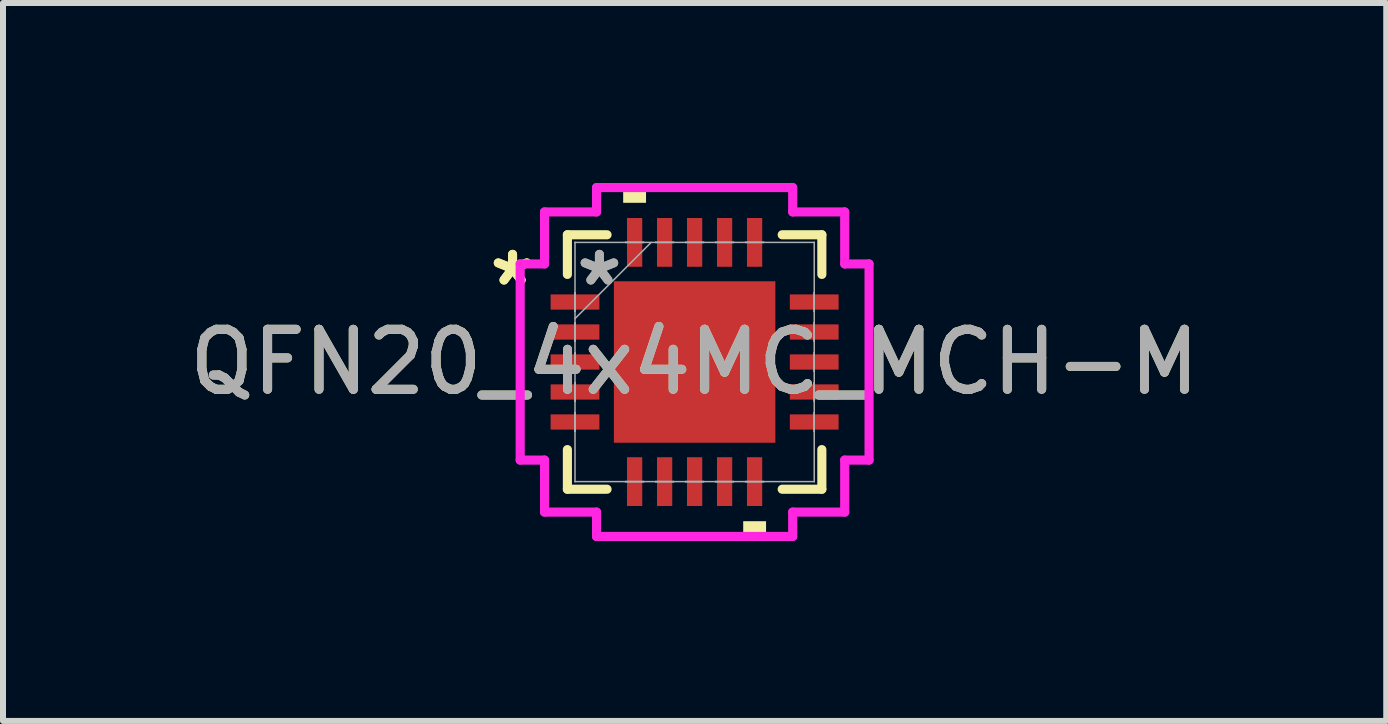
<source format=kicad_pcb>
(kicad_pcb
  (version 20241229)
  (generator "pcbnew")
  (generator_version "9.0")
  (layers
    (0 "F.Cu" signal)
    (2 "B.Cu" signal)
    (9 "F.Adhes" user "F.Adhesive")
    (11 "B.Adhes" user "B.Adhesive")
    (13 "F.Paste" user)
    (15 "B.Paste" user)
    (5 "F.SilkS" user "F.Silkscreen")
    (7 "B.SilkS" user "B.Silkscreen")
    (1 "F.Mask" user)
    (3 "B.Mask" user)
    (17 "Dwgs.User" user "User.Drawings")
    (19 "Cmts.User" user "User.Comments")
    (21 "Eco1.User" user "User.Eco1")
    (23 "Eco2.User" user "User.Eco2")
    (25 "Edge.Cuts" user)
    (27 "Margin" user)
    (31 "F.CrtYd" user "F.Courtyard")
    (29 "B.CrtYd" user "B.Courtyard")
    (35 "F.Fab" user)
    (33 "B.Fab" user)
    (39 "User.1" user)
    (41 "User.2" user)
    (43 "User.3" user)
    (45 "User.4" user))
  (footprint "QFN20_4x4MC_MCH-M"
    (layer "F.Cu")
    (at 8.53 2.985)
    (property "Reference" "QFN20_4x4MC_MCH-M" (at 0 0 0) (unlocked yes) (layer "F.SilkS") (effects (font (size 1 1) (thickness 0.15))))
    (attr smd)
    (fp_line (start -2.121 -2.121) (end -2.121 -1.46) (stroke (width 0.152) (type solid)) (layer "F.SilkS"))
    (fp_line (start -2.121 1.46) (end -2.121 2.121) (stroke (width 0.152) (type solid)) (layer "F.SilkS"))
    (fp_line (start -2.121 2.121) (end -1.46 2.121) (stroke (width 0.152) (type solid)) (layer "F.SilkS"))
    (fp_line (start -1.46 -2.121) (end -2.121 -2.121) (stroke (width 0.152) (type solid)) (layer "F.SilkS"))
    (fp_line (start 1.46 2.121) (end 2.121 2.121) (stroke (width 0.152) (type solid)) (layer "F.SilkS"))
    (fp_line (start 2.121 -2.121) (end 1.46 -2.121) (stroke (width 0.152) (type solid)) (layer "F.SilkS"))
    (fp_line (start 2.121 -1.46) (end 2.121 -2.121) (stroke (width 0.152) (type solid)) (layer "F.SilkS"))
    (fp_line (start 2.121 2.121) (end 2.121 1.46) (stroke (width 0.152) (type solid)) (layer "F.SilkS"))
    (fp_poly (pts (xy -1.191 -2.654) (xy -1.191 -2.908) (xy -0.81 -2.908) (xy -0.81 -2.654)) (stroke (width 0) (type solid)) (fill yes) (layer "F.SilkS"))
    (fp_poly (pts (xy 0.81 2.654) (xy 0.81 2.908) (xy 1.191 2.908) (xy 1.191 2.654)) (stroke (width 0) (type solid)) (fill yes) (layer "F.SilkS"))
    (fp_poly (pts (xy -1.246 -1.246) (xy -1.246 -0.1) (xy -0.1 -0.1) (xy -0.1 -1.246)) (stroke (width 0) (type solid)) (fill yes) (layer "F.Paste"))
    (fp_poly (pts (xy -1.246 0.1) (xy -1.246 1.246) (xy -0.1 1.246) (xy -0.1 0.1)) (stroke (width 0) (type solid)) (fill yes) (layer "F.Paste"))
    (fp_poly (pts (xy 0.1 -1.246) (xy 0.1 -0.1) (xy 1.246 -0.1) (xy 1.246 -1.246)) (stroke (width 0) (type solid)) (fill yes) (layer "F.Paste"))
    (fp_poly (pts (xy 0.1 0.1) (xy 0.1 1.246) (xy 1.246 1.246) (xy 1.246 0.1)) (stroke (width 0) (type solid)) (fill yes) (layer "F.Paste"))
    (fp_line (start -2.908 -1.635) (end -2.502 -1.635) (stroke (width 0.152) (type solid)) (layer "F.CrtYd"))
    (fp_line (start -2.908 1.635) (end -2.908 -1.635) (stroke (width 0.152) (type solid)) (layer "F.CrtYd"))
    (fp_line (start -2.502 -2.502) (end -1.635 -2.502) (stroke (width 0.152) (type solid)) (layer "F.CrtYd"))
    (fp_line (start -2.502 -1.635) (end -2.502 -2.502) (stroke (width 0.152) (type solid)) (layer "F.CrtYd"))
    (fp_line (start -2.502 1.635) (end -2.908 1.635) (stroke (width 0.152) (type solid)) (layer "F.CrtYd"))
    (fp_line (start -2.502 2.502) (end -2.502 1.635) (stroke (width 0.152) (type solid)) (layer "F.CrtYd"))
    (fp_line (start -1.635 -2.908) (end 1.635 -2.908) (stroke (width 0.152) (type solid)) (layer "F.CrtYd"))
    (fp_line (start -1.635 -2.502) (end -1.635 -2.908) (stroke (width 0.152) (type solid)) (layer "F.CrtYd"))
    (fp_line (start -1.635 2.502) (end -2.502 2.502) (stroke (width 0.152) (type solid)) (layer "F.CrtYd"))
    (fp_line (start -1.635 2.908) (end -1.635 2.502) (stroke (width 0.152) (type solid)) (layer "F.CrtYd"))
    (fp_line (start 1.635 -2.908) (end 1.635 -2.502) (stroke (width 0.152) (type solid)) (layer "F.CrtYd"))
    (fp_line (start 1.635 -2.502) (end 2.502 -2.502) (stroke (width 0.152) (type solid)) (layer "F.CrtYd"))
    (fp_line (start 1.635 2.502) (end 1.635 2.908) (stroke (width 0.152) (type solid)) (layer "F.CrtYd"))
    (fp_line (start 1.635 2.908) (end -1.635 2.908) (stroke (width 0.152) (type solid)) (layer "F.CrtYd"))
    (fp_line (start 2.502 -2.502) (end 2.502 -1.635) (stroke (width 0.152) (type solid)) (layer "F.CrtYd"))
    (fp_line (start 2.502 -1.635) (end 2.908 -1.635) (stroke (width 0.152) (type solid)) (layer "F.CrtYd"))
    (fp_line (start 2.502 1.635) (end 2.502 2.502) (stroke (width 0.152) (type solid)) (layer "F.CrtYd"))
    (fp_line (start 2.502 2.502) (end 1.635 2.502) (stroke (width 0.152) (type solid)) (layer "F.CrtYd"))
    (fp_line (start 2.908 -1.635) (end 2.908 1.635) (stroke (width 0.152) (type solid)) (layer "F.CrtYd"))
    (fp_line (start 2.908 1.635) (end 2.502 1.635) (stroke (width 0.152) (type solid)) (layer "F.CrtYd"))
    (fp_line (start -1.994 -1.994) (end -1.994 -1.994) (stroke (width 0.025) (type solid)) (layer "F.Fab"))
    (fp_line (start -1.994 -1.994) (end -1.994 1.994) (stroke (width 0.025) (type solid)) (layer "F.Fab"))
    (fp_line (start -1.994 -1.152) (end -1.994 -1.152) (stroke (width 0.025) (type solid)) (layer "F.Fab"))
    (fp_line (start -1.994 -1.152) (end -1.994 -0.848) (stroke (width 0.025) (type solid)) (layer "F.Fab"))
    (fp_line (start -1.994 -0.848) (end -1.994 -1.152) (stroke (width 0.025) (type solid)) (layer "F.Fab"))
    (fp_line (start -1.994 -0.848) (end -1.994 -0.848) (stroke (width 0.025) (type solid)) (layer "F.Fab"))
    (fp_line (start -1.994 -0.724) (end -0.724 -1.994) (stroke (width 0.025) (type solid)) (layer "F.Fab"))
    (fp_line (start -1.994 -0.652) (end -1.994 -0.652) (stroke (width 0.025) (type solid)) (layer "F.Fab"))
    (fp_line (start -1.994 -0.652) (end -1.994 -0.348) (stroke (width 0.025) (type solid)) (layer "F.Fab"))
    (fp_line (start -1.994 -0.348) (end -1.994 -0.652) (stroke (width 0.025) (type solid)) (layer "F.Fab"))
    (fp_line (start -1.994 -0.348) (end -1.994 -0.348) (stroke (width 0.025) (type solid)) (layer "F.Fab"))
    (fp_line (start -1.994 -0.152) (end -1.994 -0.152) (stroke (width 0.025) (type solid)) (layer "F.Fab"))
    (fp_line (start -1.994 -0.152) (end -1.994 0.152) (stroke (width 0.025) (type solid)) (layer "F.Fab"))
    (fp_line (start -1.994 0.152) (end -1.994 -0.152) (stroke (width 0.025) (type solid)) (layer "F.Fab"))
    (fp_line (start -1.994 0.152) (end -1.994 0.152) (stroke (width 0.025) (type solid)) (layer "F.Fab"))
    (fp_line (start -1.994 0.348) (end -1.994 0.348) (stroke (width 0.025) (type solid)) (layer "F.Fab"))
    (fp_line (start -1.994 0.348) (end -1.994 0.652) (stroke (width 0.025) (type solid)) (layer "F.Fab"))
    (fp_line (start -1.994 0.652) (end -1.994 0.348) (stroke (width 0.025) (type solid)) (layer "F.Fab"))
    (fp_line (start -1.994 0.652) (end -1.994 0.652) (stroke (width 0.025) (type solid)) (layer "F.Fab"))
    (fp_line (start -1.994 0.848) (end -1.994 0.848) (stroke (width 0.025) (type solid)) (layer "F.Fab"))
    (fp_line (start -1.994 0.848) (end -1.994 1.152) (stroke (width 0.025) (type solid)) (layer "F.Fab"))
    (fp_line (start -1.994 1.152) (end -1.994 0.848) (stroke (width 0.025) (type solid)) (layer "F.Fab"))
    (fp_line (start -1.994 1.152) (end -1.994 1.152) (stroke (width 0.025) (type solid)) (layer "F.Fab"))
    (fp_line (start -1.994 1.994) (end -1.994 1.994) (stroke (width 0.025) (type solid)) (layer "F.Fab"))
    (fp_line (start -1.994 1.994) (end 1.994 1.994) (stroke (width 0.025) (type solid)) (layer "F.Fab"))
    (fp_line (start -1.152 -1.994) (end -1.152 -1.994) (stroke (width 0.025) (type solid)) (layer "F.Fab"))
    (fp_line (start -1.152 -1.994) (end -0.848 -1.994) (stroke (width 0.025) (type solid)) (layer "F.Fab"))
    (fp_line (start -1.152 1.994) (end -1.152 1.994) (stroke (width 0.025) (type solid)) (layer "F.Fab"))
    (fp_line (start -1.152 1.994) (end -0.848 1.994) (stroke (width 0.025) (type solid)) (layer "F.Fab"))
    (fp_line (start -0.848 -1.994) (end -1.152 -1.994) (stroke (width 0.025) (type solid)) (layer "F.Fab"))
    (fp_line (start -0.848 -1.994) (end -0.848 -1.994) (stroke (width 0.025) (type solid)) (layer "F.Fab"))
    (fp_line (start -0.848 1.994) (end -1.152 1.994) (stroke (width 0.025) (type solid)) (layer "F.Fab"))
    (fp_line (start -0.848 1.994) (end -0.848 1.994) (stroke (width 0.025) (type solid)) (layer "F.Fab"))
    (fp_line (start -0.652 -1.994) (end -0.652 -1.994) (stroke (width 0.025) (type solid)) (layer "F.Fab"))
    (fp_line (start -0.652 -1.994) (end -0.348 -1.994) (stroke (width 0.025) (type solid)) (layer "F.Fab"))
    (fp_line (start -0.652 1.994) (end -0.652 1.994) (stroke (width 0.025) (type solid)) (layer "F.Fab"))
    (fp_line (start -0.652 1.994) (end -0.348 1.994) (stroke (width 0.025) (type solid)) (layer "F.Fab"))
    (fp_line (start -0.348 -1.994) (end -0.652 -1.994) (stroke (width 0.025) (type solid)) (layer "F.Fab"))
    (fp_line (start -0.348 -1.994) (end -0.348 -1.994) (stroke (width 0.025) (type solid)) (layer "F.Fab"))
    (fp_line (start -0.348 1.994) (end -0.652 1.994) (stroke (width 0.025) (type solid)) (layer "F.Fab"))
    (fp_line (start -0.348 1.994) (end -0.348 1.994) (stroke (width 0.025) (type solid)) (layer "F.Fab"))
    (fp_line (start -0.152 -1.994) (end -0.152 -1.994) (stroke (width 0.025) (type solid)) (layer "F.Fab"))
    (fp_line (start -0.152 -1.994) (end 0.152 -1.994) (stroke (width 0.025) (type solid)) (layer "F.Fab"))
    (fp_line (start -0.152 1.994) (end -0.152 1.994) (stroke (width 0.025) (type solid)) (layer "F.Fab"))
    (fp_line (start -0.152 1.994) (end 0.152 1.994) (stroke (width 0.025) (type solid)) (layer "F.Fab"))
    (fp_line (start 0.152 -1.994) (end -0.152 -1.994) (stroke (width 0.025) (type solid)) (layer "F.Fab"))
    (fp_line (start 0.152 -1.994) (end 0.152 -1.994) (stroke (width 0.025) (type solid)) (layer "F.Fab"))
    (fp_line (start 0.152 1.994) (end -0.152 1.994) (stroke (width 0.025) (type solid)) (layer "F.Fab"))
    (fp_line (start 0.152 1.994) (end 0.152 1.994) (stroke (width 0.025) (type solid)) (layer "F.Fab"))
    (fp_line (start 0.348 -1.994) (end 0.348 -1.994) (stroke (width 0.025) (type solid)) (layer "F.Fab"))
    (fp_line (start 0.348 -1.994) (end 0.652 -1.994) (stroke (width 0.025) (type solid)) (layer "F.Fab"))
    (fp_line (start 0.348 1.994) (end 0.348 1.994) (stroke (width 0.025) (type solid)) (layer "F.Fab"))
    (fp_line (start 0.348 1.994) (end 0.652 1.994) (stroke (width 0.025) (type solid)) (layer "F.Fab"))
    (fp_line (start 0.652 -1.994) (end 0.348 -1.994) (stroke (width 0.025) (type solid)) (layer "F.Fab"))
    (fp_line (start 0.652 -1.994) (end 0.652 -1.994) (stroke (width 0.025) (type solid)) (layer "F.Fab"))
    (fp_line (start 0.652 1.994) (end 0.348 1.994) (stroke (width 0.025) (type solid)) (layer "F.Fab"))
    (fp_line (start 0.652 1.994) (end 0.652 1.994) (stroke (width 0.025) (type solid)) (layer "F.Fab"))
    (fp_line (start 0.848 -1.994) (end 0.848 -1.994) (stroke (width 0.025) (type solid)) (layer "F.Fab"))
    (fp_line (start 0.848 -1.994) (end 1.152 -1.994) (stroke (width 0.025) (type solid)) (layer "F.Fab"))
    (fp_line (start 0.848 1.994) (end 0.848 1.994) (stroke (width 0.025) (type solid)) (layer "F.Fab"))
    (fp_line (start 0.848 1.994) (end 1.152 1.994) (stroke (width 0.025) (type solid)) (layer "F.Fab"))
    (fp_line (start 1.152 -1.994) (end 0.848 -1.994) (stroke (width 0.025) (type solid)) (layer "F.Fab"))
    (fp_line (start 1.152 -1.994) (end 1.152 -1.994) (stroke (width 0.025) (type solid)) (layer "F.Fab"))
    (fp_line (start 1.152 1.994) (end 0.848 1.994) (stroke (width 0.025) (type solid)) (layer "F.Fab"))
    (fp_line (start 1.152 1.994) (end 1.152 1.994) (stroke (width 0.025) (type solid)) (layer "F.Fab"))
    (fp_line (start 1.994 -1.994) (end -1.994 -1.994) (stroke (width 0.025) (type solid)) (layer "F.Fab"))
    (fp_line (start 1.994 -1.994) (end 1.994 -1.994) (stroke (width 0.025) (type solid)) (layer "F.Fab"))
    (fp_line (start 1.994 -1.152) (end 1.994 -1.152) (stroke (width 0.025) (type solid)) (layer "F.Fab"))
    (fp_line (start 1.994 -1.152) (end 1.994 -0.848) (stroke (width 0.025) (type solid)) (layer "F.Fab"))
    (fp_line (start 1.994 -0.848) (end 1.994 -1.152) (stroke (width 0.025) (type solid)) (layer "F.Fab"))
    (fp_line (start 1.994 -0.848) (end 1.994 -0.848) (stroke (width 0.025) (type solid)) (layer "F.Fab"))
    (fp_line (start 1.994 -0.652) (end 1.994 -0.652) (stroke (width 0.025) (type solid)) (layer "F.Fab"))
    (fp_line (start 1.994 -0.652) (end 1.994 -0.348) (stroke (width 0.025) (type solid)) (layer "F.Fab"))
    (fp_line (start 1.994 -0.348) (end 1.994 -0.652) (stroke (width 0.025) (type solid)) (layer "F.Fab"))
    (fp_line (start 1.994 -0.348) (end 1.994 -0.348) (stroke (width 0.025) (type solid)) (layer "F.Fab"))
    (fp_line (start 1.994 -0.152) (end 1.994 -0.152) (stroke (width 0.025) (type solid)) (layer "F.Fab"))
    (fp_line (start 1.994 -0.152) (end 1.994 0.152) (stroke (width 0.025) (type solid)) (layer "F.Fab"))
    (fp_line (start 1.994 0.152) (end 1.994 -0.152) (stroke (width 0.025) (type solid)) (layer "F.Fab"))
    (fp_line (start 1.994 0.152) (end 1.994 0.152) (stroke (width 0.025) (type solid)) (layer "F.Fab"))
    (fp_line (start 1.994 0.348) (end 1.994 0.348) (stroke (width 0.025) (type solid)) (layer "F.Fab"))
    (fp_line (start 1.994 0.348) (end 1.994 0.652) (stroke (width 0.025) (type solid)) (layer "F.Fab"))
    (fp_line (start 1.994 0.652) (end 1.994 0.348) (stroke (width 0.025) (type solid)) (layer "F.Fab"))
    (fp_line (start 1.994 0.652) (end 1.994 0.652) (stroke (width 0.025) (type solid)) (layer "F.Fab"))
    (fp_line (start 1.994 0.848) (end 1.994 0.848) (stroke (width 0.025) (type solid)) (layer "F.Fab"))
    (fp_line (start 1.994 0.848) (end 1.994 1.152) (stroke (width 0.025) (type solid)) (layer "F.Fab"))
    (fp_line (start 1.994 1.152) (end 1.994 0.848) (stroke (width 0.025) (type solid)) (layer "F.Fab"))
    (fp_line (start 1.994 1.152) (end 1.994 1.152) (stroke (width 0.025) (type solid)) (layer "F.Fab"))
    (fp_line (start 1.994 1.994) (end 1.994 -1.994) (stroke (width 0.025) (type solid)) (layer "F.Fab"))
    (fp_line (start 1.994 1.994) (end 1.994 1.994) (stroke (width 0.025) (type solid)) (layer "F.Fab"))
    (fp_text user "*" (at -3.035 -1.25 0) (layer "F.SilkS") (effects (font (size 1 1) (thickness 0.15))))
    (fp_text user "*" (at -3.035 -1.25 0) (unlocked yes) (layer "F.SilkS") (effects (font (size 1 1) (thickness 0.15))))
    (fp_text user "*" (at -1.587 -1.25 0) (layer "F.Fab") (effects (font (size 1 1) (thickness 0.15))))
    (fp_text user "${REFERENCE}" (at 0 0 0) (unlocked yes) (layer "F.Fab") (effects (font (size 1 1) (thickness 0.15))))
    (fp_text user "*" (at -1.587 -1.25 0) (unlocked yes) (layer "F.Fab") (effects (font (size 1 1) (thickness 0.15))))
    (pad "1" smd rect (at -1.994 -1 90) (size 0.254 0.813) (layers "F.Cu" "F.Mask" "F.Paste"))
    (pad "2" smd rect (at -1.994 -0.5 90) (size 0.254 0.813) (layers "F.Cu" "F.Mask" "F.Paste"))
    (pad "3" smd rect (at -1.994 0 90) (size 0.254 0.813) (layers "F.Cu" "F.Mask" "F.Paste"))
    (pad "4" smd rect (at -1.994 0.5 90) (size 0.254 0.813) (layers "F.Cu" "F.Mask" "F.Paste"))
    (pad "5" smd rect (at -1.994 1 90) (size 0.254 0.813) (layers "F.Cu" "F.Mask" "F.Paste"))
    (pad "6" smd rect (at -1 1.994) (size 0.254 0.813) (layers "F.Cu" "F.Mask" "F.Paste"))
    (pad "7" smd rect (at -0.5 1.994) (size 0.254 0.813) (layers "F.Cu" "F.Mask" "F.Paste"))
    (pad "8" smd rect (at 0 1.994) (size 0.254 0.813) (layers "F.Cu" "F.Mask" "F.Paste"))
    (pad "9" smd rect (at 0.5 1.994) (size 0.254 0.813) (layers "F.Cu" "F.Mask" "F.Paste"))
    (pad "10" smd rect (at 1 1.994) (size 0.254 0.813) (layers "F.Cu" "F.Mask" "F.Paste"))
    (pad "11" smd rect (at 1.994 1 90) (size 0.254 0.813) (layers "F.Cu" "F.Mask" "F.Paste"))
    (pad "12" smd rect (at 1.994 0.5 90) (size 0.254 0.813) (layers "F.Cu" "F.Mask" "F.Paste"))
    (pad "13" smd rect (at 1.994 0 90) (size 0.254 0.813) (layers "F.Cu" "F.Mask" "F.Paste"))
    (pad "14" smd rect (at 1.994 -0.5 90) (size 0.254 0.813) (layers "F.Cu" "F.Mask" "F.Paste"))
    (pad "15" smd rect (at 1.994 -1 90) (size 0.254 0.813) (layers "F.Cu" "F.Mask" "F.Paste"))
    (pad "16" smd rect (at 1 -1.994) (size 0.254 0.813) (layers "F.Cu" "F.Mask" "F.Paste"))
    (pad "17" smd rect (at 0.5 -1.994) (size 0.254 0.813) (layers "F.Cu" "F.Mask" "F.Paste"))
    (pad "18" smd rect (at 0 -1.994) (size 0.254 0.813) (layers "F.Cu" "F.Mask" "F.Paste"))
    (pad "19" smd rect (at -0.5 -1.994) (size 0.254 0.813) (layers "F.Cu" "F.Mask" "F.Paste"))
    (pad "20" smd rect (at -1 -1.994) (size 0.254 0.813) (layers "F.Cu" "F.Mask" "F.Paste"))
    (pad "21" smd rect (at 0 0) (size 2.692 2.692) (layers "F.Cu" "F.Mask" "F.Paste")))
  (gr_rect
    (start -3 -3)
    (end 20.06 8.969)
    (stroke (width 0.1) (type default))
    (fill no)
    (layer "Edge.Cuts")))
</source>
